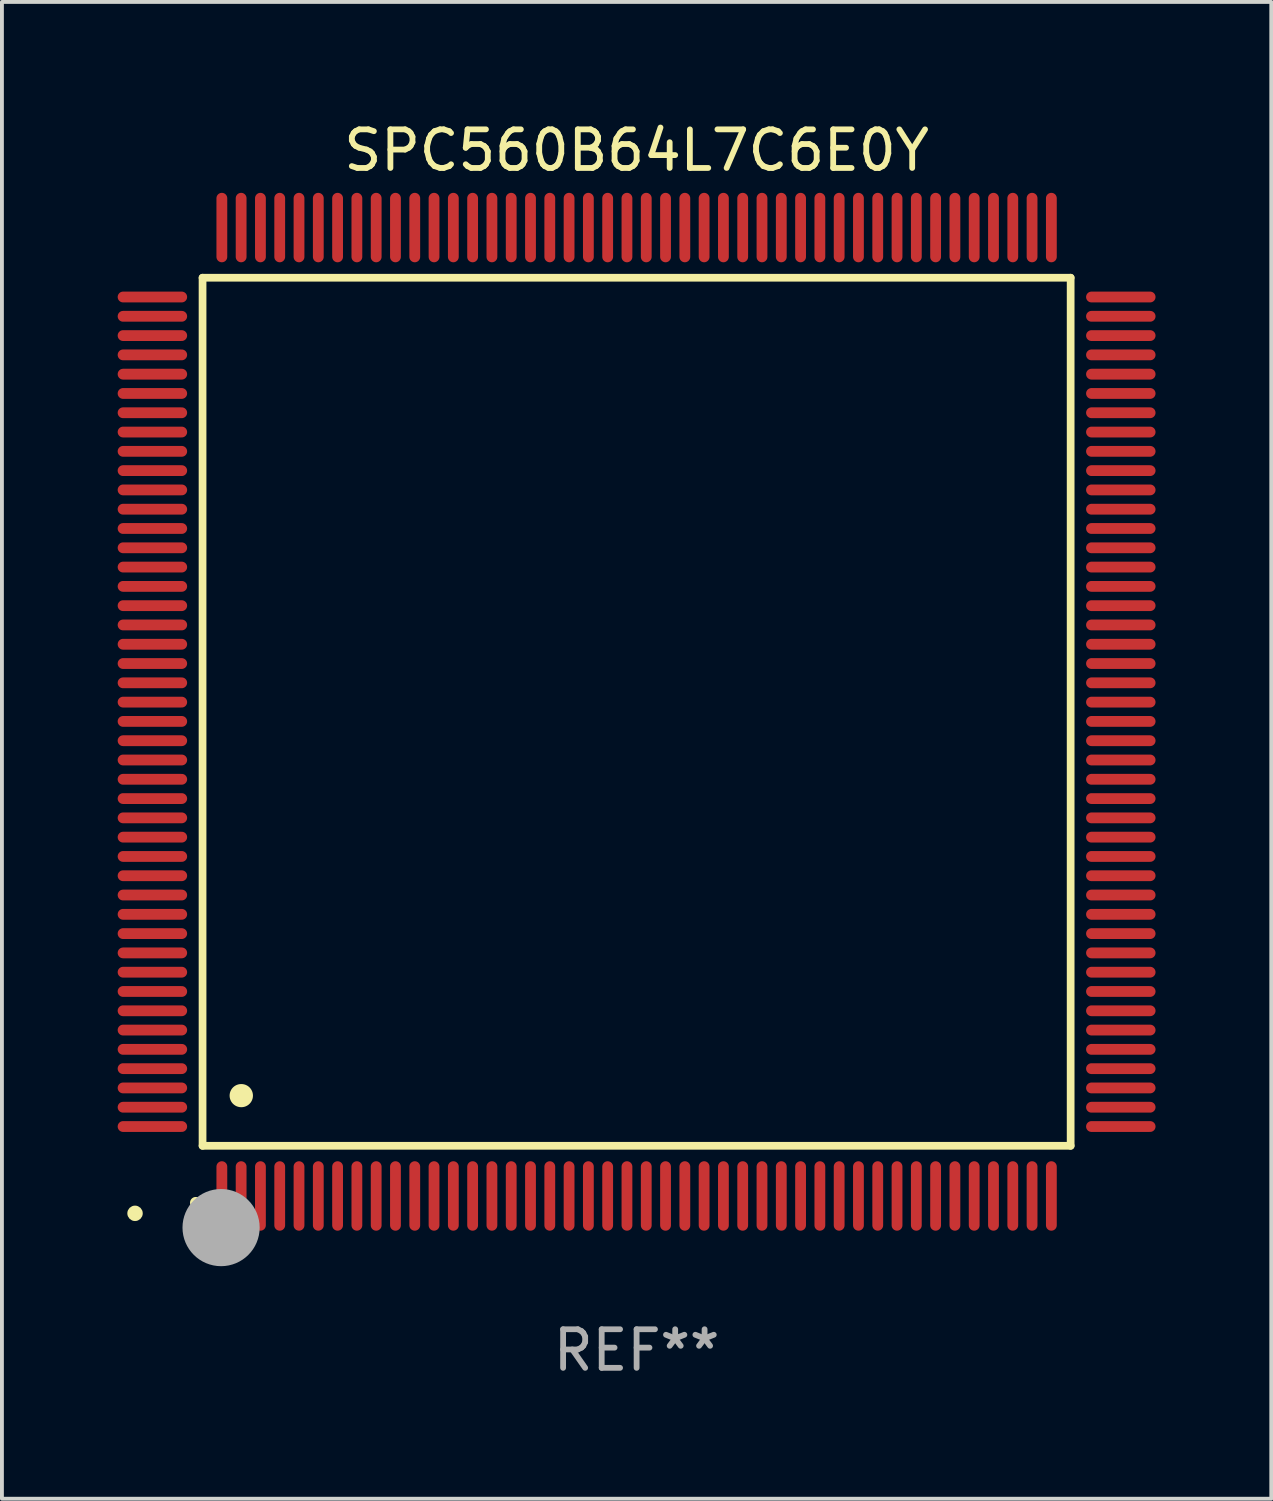
<source format=kicad_pcb>
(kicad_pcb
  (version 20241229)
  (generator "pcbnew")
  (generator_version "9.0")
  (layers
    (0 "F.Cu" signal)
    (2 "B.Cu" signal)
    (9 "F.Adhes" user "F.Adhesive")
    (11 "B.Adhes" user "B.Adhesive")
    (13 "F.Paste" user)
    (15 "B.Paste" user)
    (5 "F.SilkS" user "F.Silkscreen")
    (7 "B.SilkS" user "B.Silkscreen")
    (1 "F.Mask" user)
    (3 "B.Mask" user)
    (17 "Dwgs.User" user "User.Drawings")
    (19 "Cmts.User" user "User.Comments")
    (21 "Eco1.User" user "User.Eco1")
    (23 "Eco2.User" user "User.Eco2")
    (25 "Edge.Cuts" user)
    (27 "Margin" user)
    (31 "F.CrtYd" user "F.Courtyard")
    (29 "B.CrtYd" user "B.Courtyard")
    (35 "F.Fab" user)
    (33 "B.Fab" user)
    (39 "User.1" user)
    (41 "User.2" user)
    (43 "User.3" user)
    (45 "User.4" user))
  (footprint "SPC560B64L7C6E0Y"
    (layer "F.Cu")
    (at 13.45 15.398)
    (property "Reference" "SPC560B64L7C6E0Y" (at 0 -14.55 0) (layer "F.SilkS") (effects (font (size 1 1) (thickness 0.15))))
    (attr through_hole)
    (fp_line (start -11.25 -11.25) (end 11.25 -11.25) (stroke (width 0.2) (type solid)) (layer "F.SilkS"))
    (fp_line (start -11.25 11.25) (end -11.25 -11.25) (stroke (width 0.2) (type solid)) (layer "F.SilkS"))
    (fp_line (start 11.25 -11.25) (end 11.25 11.25) (stroke (width 0.2) (type solid)) (layer "F.SilkS"))
    (fp_line (start 11.25 11.25) (end -11.25 11.25) (stroke (width 0.2) (type solid)) (layer "F.SilkS"))
    (fp_arc (start -11.424943 12.725425) (mid -11.423673 12.72542) (end -11.422403 12.725425) (stroke (width 0.3) (type solid)) (layer "F.SilkS"))
    (fp_arc (start -10.24892 9.9492) (mid -10.24638 9.949189) (end -10.24384 9.9492) (stroke (width 0.6) (type solid)) (layer "F.SilkS"))
    (fp_circle (center -13 13) (end -12.9 13) (stroke (width 0.2) (type solid)) (fill no) (layer "F.SilkS"))
    (fp_circle (center -10.77 13.37) (end -10.27 13.37) (stroke (width 1) (type solid)) (fill no) (layer "F.Fab"))
    (fp_text user "REF**" (at 0 16.55 0) (layer "F.Fab") (effects (font (size 1 1) (thickness 0.15))))
    (pad "1" smd oval (at -10.75 12.55) (size 0.28 1.8) (layers "F.Cu" "F.Mask" "F.Paste"))
    (pad "2" smd oval (at -10.25 12.55) (size 0.28 1.8) (layers "F.Cu" "F.Mask" "F.Paste"))
    (pad "3" smd oval (at -9.75 12.55) (size 0.28 1.8) (layers "F.Cu" "F.Mask" "F.Paste"))
    (pad "4" smd oval (at -9.25 12.55) (size 0.28 1.8) (layers "F.Cu" "F.Mask" "F.Paste"))
    (pad "5" smd oval (at -8.75 12.55) (size 0.28 1.8) (layers "F.Cu" "F.Mask" "F.Paste"))
    (pad "6" smd oval (at -8.25 12.55) (size 0.28 1.8) (layers "F.Cu" "F.Mask" "F.Paste"))
    (pad "7" smd oval (at -7.75 12.55) (size 0.28 1.8) (layers "F.Cu" "F.Mask" "F.Paste"))
    (pad "8" smd oval (at -7.25 12.55) (size 0.28 1.8) (layers "F.Cu" "F.Mask" "F.Paste"))
    (pad "9" smd oval (at -6.75 12.55) (size 0.28 1.8) (layers "F.Cu" "F.Mask" "F.Paste"))
    (pad "10" smd oval (at -6.25 12.55) (size 0.28 1.8) (layers "F.Cu" "F.Mask" "F.Paste"))
    (pad "11" smd oval (at -5.75 12.55) (size 0.28 1.8) (layers "F.Cu" "F.Mask" "F.Paste"))
    (pad "12" smd oval (at -5.25 12.55) (size 0.28 1.8) (layers "F.Cu" "F.Mask" "F.Paste"))
    (pad "13" smd oval (at -4.75 12.55) (size 0.28 1.8) (layers "F.Cu" "F.Mask" "F.Paste"))
    (pad "14" smd oval (at -4.25 12.55) (size 0.28 1.8) (layers "F.Cu" "F.Mask" "F.Paste"))
    (pad "15" smd oval (at -3.75 12.55) (size 0.28 1.8) (layers "F.Cu" "F.Mask" "F.Paste"))
    (pad "16" smd oval (at -3.25 12.55) (size 0.28 1.8) (layers "F.Cu" "F.Mask" "F.Paste"))
    (pad "17" smd oval (at -2.75 12.55) (size 0.28 1.8) (layers "F.Cu" "F.Mask" "F.Paste"))
    (pad "18" smd oval (at -2.25 12.55) (size 0.28 1.8) (layers "F.Cu" "F.Mask" "F.Paste"))
    (pad "19" smd oval (at -1.75 12.55) (size 0.28 1.8) (layers "F.Cu" "F.Mask" "F.Paste"))
    (pad "20" smd oval (at -1.25 12.55) (size 0.28 1.8) (layers "F.Cu" "F.Mask" "F.Paste"))
    (pad "21" smd oval (at -0.75 12.55) (size 0.28 1.8) (layers "F.Cu" "F.Mask" "F.Paste"))
    (pad "22" smd oval (at -0.25 12.55) (size 0.28 1.8) (layers "F.Cu" "F.Mask" "F.Paste"))
    (pad "23" smd oval (at 0.25 12.55) (size 0.28 1.8) (layers "F.Cu" "F.Mask" "F.Paste"))
    (pad "24" smd oval (at 0.75 12.55) (size 0.28 1.8) (layers "F.Cu" "F.Mask" "F.Paste"))
    (pad "25" smd oval (at 1.25 12.55) (size 0.28 1.8) (layers "F.Cu" "F.Mask" "F.Paste"))
    (pad "26" smd oval (at 1.75 12.55) (size 0.28 1.8) (layers "F.Cu" "F.Mask" "F.Paste"))
    (pad "27" smd oval (at 2.25 12.55) (size 0.28 1.8) (layers "F.Cu" "F.Mask" "F.Paste"))
    (pad "28" smd oval (at 2.75 12.55) (size 0.28 1.8) (layers "F.Cu" "F.Mask" "F.Paste"))
    (pad "29" smd oval (at 3.25 12.55) (size 0.28 1.8) (layers "F.Cu" "F.Mask" "F.Paste"))
    (pad "30" smd oval (at 3.75 12.55) (size 0.28 1.8) (layers "F.Cu" "F.Mask" "F.Paste"))
    (pad "31" smd oval (at 4.25 12.55) (size 0.28 1.8) (layers "F.Cu" "F.Mask" "F.Paste"))
    (pad "32" smd oval (at 4.75 12.55) (size 0.28 1.8) (layers "F.Cu" "F.Mask" "F.Paste"))
    (pad "33" smd oval (at 5.25 12.55) (size 0.28 1.8) (layers "F.Cu" "F.Mask" "F.Paste"))
    (pad "34" smd oval (at 5.75 12.55) (size 0.28 1.8) (layers "F.Cu" "F.Mask" "F.Paste"))
    (pad "35" smd oval (at 6.25 12.55) (size 0.28 1.8) (layers "F.Cu" "F.Mask" "F.Paste"))
    (pad "36" smd oval (at 6.75 12.55) (size 0.28 1.8) (layers "F.Cu" "F.Mask" "F.Paste"))
    (pad "37" smd oval (at 7.25 12.55) (size 0.28 1.8) (layers "F.Cu" "F.Mask" "F.Paste"))
    (pad "38" smd oval (at 7.75 12.55) (size 0.28 1.8) (layers "F.Cu" "F.Mask" "F.Paste"))
    (pad "39" smd oval (at 8.25 12.55) (size 0.28 1.8) (layers "F.Cu" "F.Mask" "F.Paste"))
    (pad "40" smd oval (at 8.75 12.55) (size 0.28 1.8) (layers "F.Cu" "F.Mask" "F.Paste"))
    (pad "41" smd oval (at 9.25 12.55) (size 0.28 1.8) (layers "F.Cu" "F.Mask" "F.Paste"))
    (pad "42" smd oval (at 9.75 12.55) (size 0.28 1.8) (layers "F.Cu" "F.Mask" "F.Paste"))
    (pad "43" smd oval (at 10.25 12.55) (size 0.28 1.8) (layers "F.Cu" "F.Mask" "F.Paste"))
    (pad "44" smd oval (at 10.75 12.55) (size 0.28 1.8) (layers "F.Cu" "F.Mask" "F.Paste"))
    (pad "45" smd oval (at 12.55 10.75) (size 1.8 0.28) (layers "F.Cu" "F.Mask" "F.Paste"))
    (pad "46" smd oval (at 12.55 10.25) (size 1.8 0.28) (layers "F.Cu" "F.Mask" "F.Paste"))
    (pad "47" smd oval (at 12.55 9.75) (size 1.8 0.28) (layers "F.Cu" "F.Mask" "F.Paste"))
    (pad "48" smd oval (at 12.55 9.25) (size 1.8 0.28) (layers "F.Cu" "F.Mask" "F.Paste"))
    (pad "49" smd oval (at 12.55 8.75) (size 1.8 0.28) (layers "F.Cu" "F.Mask" "F.Paste"))
    (pad "50" smd oval (at 12.55 8.25) (size 1.8 0.28) (layers "F.Cu" "F.Mask" "F.Paste"))
    (pad "51" smd oval (at 12.55 7.75) (size 1.8 0.28) (layers "F.Cu" "F.Mask" "F.Paste"))
    (pad "52" smd oval (at 12.55 7.25) (size 1.8 0.28) (layers "F.Cu" "F.Mask" "F.Paste"))
    (pad "53" smd oval (at 12.55 6.75) (size 1.8 0.28) (layers "F.Cu" "F.Mask" "F.Paste"))
    (pad "54" smd oval (at 12.55 6.25) (size 1.8 0.28) (layers "F.Cu" "F.Mask" "F.Paste"))
    (pad "55" smd oval (at 12.55 5.75) (size 1.8 0.28) (layers "F.Cu" "F.Mask" "F.Paste"))
    (pad "56" smd oval (at 12.55 5.25) (size 1.8 0.28) (layers "F.Cu" "F.Mask" "F.Paste"))
    (pad "57" smd oval (at 12.55 4.75) (size 1.8 0.28) (layers "F.Cu" "F.Mask" "F.Paste"))
    (pad "58" smd oval (at 12.55 4.25) (size 1.8 0.28) (layers "F.Cu" "F.Mask" "F.Paste"))
    (pad "59" smd oval (at 12.55 3.75) (size 1.8 0.28) (layers "F.Cu" "F.Mask" "F.Paste"))
    (pad "60" smd oval (at 12.55 3.25) (size 1.8 0.28) (layers "F.Cu" "F.Mask" "F.Paste"))
    (pad "61" smd oval (at 12.55 2.75) (size 1.8 0.28) (layers "F.Cu" "F.Mask" "F.Paste"))
    (pad "62" smd oval (at 12.55 2.25) (size 1.8 0.28) (layers "F.Cu" "F.Mask" "F.Paste"))
    (pad "63" smd oval (at 12.55 1.75) (size 1.8 0.28) (layers "F.Cu" "F.Mask" "F.Paste"))
    (pad "64" smd oval (at 12.55 1.25) (size 1.8 0.28) (layers "F.Cu" "F.Mask" "F.Paste"))
    (pad "65" smd oval (at 12.55 0.75) (size 1.8 0.28) (layers "F.Cu" "F.Mask" "F.Paste"))
    (pad "66" smd oval (at 12.55 0.25) (size 1.8 0.28) (layers "F.Cu" "F.Mask" "F.Paste"))
    (pad "67" smd oval (at 12.55 -0.25) (size 1.8 0.28) (layers "F.Cu" "F.Mask" "F.Paste"))
    (pad "68" smd oval (at 12.55 -0.75) (size 1.8 0.28) (layers "F.Cu" "F.Mask" "F.Paste"))
    (pad "69" smd oval (at 12.55 -1.25) (size 1.8 0.28) (layers "F.Cu" "F.Mask" "F.Paste"))
    (pad "70" smd oval (at 12.55 -1.75) (size 1.8 0.28) (layers "F.Cu" "F.Mask" "F.Paste"))
    (pad "71" smd oval (at 12.55 -2.25) (size 1.8 0.28) (layers "F.Cu" "F.Mask" "F.Paste"))
    (pad "72" smd oval (at 12.55 -2.75) (size 1.8 0.28) (layers "F.Cu" "F.Mask" "F.Paste"))
    (pad "73" smd oval (at 12.55 -3.25) (size 1.8 0.28) (layers "F.Cu" "F.Mask" "F.Paste"))
    (pad "74" smd oval (at 12.55 -3.75) (size 1.8 0.28) (layers "F.Cu" "F.Mask" "F.Paste"))
    (pad "75" smd oval (at 12.55 -4.25) (size 1.8 0.28) (layers "F.Cu" "F.Mask" "F.Paste"))
    (pad "76" smd oval (at 12.55 -4.75) (size 1.8 0.28) (layers "F.Cu" "F.Mask" "F.Paste"))
    (pad "77" smd oval (at 12.55 -5.25) (size 1.8 0.28) (layers "F.Cu" "F.Mask" "F.Paste"))
    (pad "78" smd oval (at 12.55 -5.75) (size 1.8 0.28) (layers "F.Cu" "F.Mask" "F.Paste"))
    (pad "79" smd oval (at 12.55 -6.25) (size 1.8 0.28) (layers "F.Cu" "F.Mask" "F.Paste"))
    (pad "80" smd oval (at 12.55 -6.75) (size 1.8 0.28) (layers "F.Cu" "F.Mask" "F.Paste"))
    (pad "81" smd oval (at 12.55 -7.25) (size 1.8 0.28) (layers "F.Cu" "F.Mask" "F.Paste"))
    (pad "82" smd oval (at 12.55 -7.75) (size 1.8 0.28) (layers "F.Cu" "F.Mask" "F.Paste"))
    (pad "83" smd oval (at 12.55 -8.25) (size 1.8 0.28) (layers "F.Cu" "F.Mask" "F.Paste"))
    (pad "84" smd oval (at 12.55 -8.75) (size 1.8 0.28) (layers "F.Cu" "F.Mask" "F.Paste"))
    (pad "85" smd oval (at 12.55 -9.25) (size 1.8 0.28) (layers "F.Cu" "F.Mask" "F.Paste"))
    (pad "86" smd oval (at 12.55 -9.75) (size 1.8 0.28) (layers "F.Cu" "F.Mask" "F.Paste"))
    (pad "87" smd oval (at 12.55 -10.25) (size 1.8 0.28) (layers "F.Cu" "F.Mask" "F.Paste"))
    (pad "88" smd oval (at 12.55 -10.75) (size 1.8 0.28) (layers "F.Cu" "F.Mask" "F.Paste"))
    (pad "89" smd oval (at 10.75 -12.55) (size 0.28 1.8) (layers "F.Cu" "F.Mask" "F.Paste"))
    (pad "90" smd oval (at 10.25 -12.55) (size 0.28 1.8) (layers "F.Cu" "F.Mask" "F.Paste"))
    (pad "91" smd oval (at 9.75 -12.55) (size 0.28 1.8) (layers "F.Cu" "F.Mask" "F.Paste"))
    (pad "92" smd oval (at 9.25 -12.55) (size 0.28 1.8) (layers "F.Cu" "F.Mask" "F.Paste"))
    (pad "93" smd oval (at 8.75 -12.55) (size 0.28 1.8) (layers "F.Cu" "F.Mask" "F.Paste"))
    (pad "94" smd oval (at 8.25 -12.55) (size 0.28 1.8) (layers "F.Cu" "F.Mask" "F.Paste"))
    (pad "95" smd oval (at 7.75 -12.55) (size 0.28 1.8) (layers "F.Cu" "F.Mask" "F.Paste"))
    (pad "96" smd oval (at 7.25 -12.55) (size 0.28 1.8) (layers "F.Cu" "F.Mask" "F.Paste"))
    (pad "97" smd oval (at 6.75 -12.55) (size 0.28 1.8) (layers "F.Cu" "F.Mask" "F.Paste"))
    (pad "98" smd oval (at 6.25 -12.55) (size 0.28 1.8) (layers "F.Cu" "F.Mask" "F.Paste"))
    (pad "99" smd oval (at 5.75 -12.55) (size 0.28 1.8) (layers "F.Cu" "F.Mask" "F.Paste"))
    (pad "100" smd oval (at 5.25 -12.55) (size 0.28 1.8) (layers "F.Cu" "F.Mask" "F.Paste"))
    (pad "101" smd oval (at 4.75 -12.55) (size 0.28 1.8) (layers "F.Cu" "F.Mask" "F.Paste"))
    (pad "102" smd oval (at 4.25 -12.55) (size 0.28 1.8) (layers "F.Cu" "F.Mask" "F.Paste"))
    (pad "103" smd oval (at 3.75 -12.55) (size 0.28 1.8) (layers "F.Cu" "F.Mask" "F.Paste"))
    (pad "104" smd oval (at 3.25 -12.55) (size 0.28 1.8) (layers "F.Cu" "F.Mask" "F.Paste"))
    (pad "105" smd oval (at 2.75 -12.55) (size 0.28 1.8) (layers "F.Cu" "F.Mask" "F.Paste"))
    (pad "106" smd oval (at 2.25 -12.55) (size 0.28 1.8) (layers "F.Cu" "F.Mask" "F.Paste"))
    (pad "107" smd oval (at 1.75 -12.55) (size 0.28 1.8) (layers "F.Cu" "F.Mask" "F.Paste"))
    (pad "108" smd oval (at 1.25 -12.55) (size 0.28 1.8) (layers "F.Cu" "F.Mask" "F.Paste"))
    (pad "109" smd oval (at 0.75 -12.55) (size 0.28 1.8) (layers "F.Cu" "F.Mask" "F.Paste"))
    (pad "110" smd oval (at 0.25 -12.55) (size 0.28 1.8) (layers "F.Cu" "F.Mask" "F.Paste"))
    (pad "111" smd oval (at -0.25 -12.55) (size 0.28 1.8) (layers "F.Cu" "F.Mask" "F.Paste"))
    (pad "112" smd oval (at -0.75 -12.55) (size 0.28 1.8) (layers "F.Cu" "F.Mask" "F.Paste"))
    (pad "113" smd oval (at -1.25 -12.55) (size 0.28 1.8) (layers "F.Cu" "F.Mask" "F.Paste"))
    (pad "114" smd oval (at -1.75 -12.55) (size 0.28 1.8) (layers "F.Cu" "F.Mask" "F.Paste"))
    (pad "115" smd oval (at -2.25 -12.55) (size 0.28 1.8) (layers "F.Cu" "F.Mask" "F.Paste"))
    (pad "116" smd oval (at -2.75 -12.55) (size 0.28 1.8) (layers "F.Cu" "F.Mask" "F.Paste"))
    (pad "117" smd oval (at -3.25 -12.55) (size 0.28 1.8) (layers "F.Cu" "F.Mask" "F.Paste"))
    (pad "118" smd oval (at -3.75 -12.55) (size 0.28 1.8) (layers "F.Cu" "F.Mask" "F.Paste"))
    (pad "119" smd oval (at -4.25 -12.55) (size 0.28 1.8) (layers "F.Cu" "F.Mask" "F.Paste"))
    (pad "120" smd oval (at -4.75 -12.55) (size 0.28 1.8) (layers "F.Cu" "F.Mask" "F.Paste"))
    (pad "121" smd oval (at -5.25 -12.55) (size 0.28 1.8) (layers "F.Cu" "F.Mask" "F.Paste"))
    (pad "122" smd oval (at -5.75 -12.55) (size 0.28 1.8) (layers "F.Cu" "F.Mask" "F.Paste"))
    (pad "123" smd oval (at -6.25 -12.55) (size 0.28 1.8) (layers "F.Cu" "F.Mask" "F.Paste"))
    (pad "124" smd oval (at -6.75 -12.55) (size 0.28 1.8) (layers "F.Cu" "F.Mask" "F.Paste"))
    (pad "125" smd oval (at -7.25 -12.55) (size 0.28 1.8) (layers "F.Cu" "F.Mask" "F.Paste"))
    (pad "126" smd oval (at -7.75 -12.55) (size 0.28 1.8) (layers "F.Cu" "F.Mask" "F.Paste"))
    (pad "127" smd oval (at -8.25 -12.55) (size 0.28 1.8) (layers "F.Cu" "F.Mask" "F.Paste"))
    (pad "128" smd oval (at -8.75 -12.55) (size 0.28 1.8) (layers "F.Cu" "F.Mask" "F.Paste"))
    (pad "129" smd oval (at -9.25 -12.55) (size 0.28 1.8) (layers "F.Cu" "F.Mask" "F.Paste"))
    (pad "130" smd oval (at -9.75 -12.55) (size 0.28 1.8) (layers "F.Cu" "F.Mask" "F.Paste"))
    (pad "131" smd oval (at -10.25 -12.55) (size 0.28 1.8) (layers "F.Cu" "F.Mask" "F.Paste"))
    (pad "132" smd oval (at -10.75 -12.55) (size 0.28 1.8) (layers "F.Cu" "F.Mask" "F.Paste"))
    (pad "133" smd oval (at -12.55 -10.75) (size 1.8 0.28) (layers "F.Cu" "F.Mask" "F.Paste"))
    (pad "134" smd oval (at -12.55 -10.25) (size 1.8 0.28) (layers "F.Cu" "F.Mask" "F.Paste"))
    (pad "135" smd oval (at -12.55 -9.75) (size 1.8 0.28) (layers "F.Cu" "F.Mask" "F.Paste"))
    (pad "136" smd oval (at -12.55 -9.25) (size 1.8 0.28) (layers "F.Cu" "F.Mask" "F.Paste"))
    (pad "137" smd oval (at -12.55 -8.75) (size 1.8 0.28) (layers "F.Cu" "F.Mask" "F.Paste"))
    (pad "138" smd oval (at -12.55 -8.25) (size 1.8 0.28) (layers "F.Cu" "F.Mask" "F.Paste"))
    (pad "139" smd oval (at -12.55 -7.75) (size 1.8 0.28) (layers "F.Cu" "F.Mask" "F.Paste"))
    (pad "140" smd oval (at -12.55 -7.25) (size 1.8 0.28) (layers "F.Cu" "F.Mask" "F.Paste"))
    (pad "141" smd oval (at -12.55 -6.75) (size 1.8 0.28) (layers "F.Cu" "F.Mask" "F.Paste"))
    (pad "142" smd oval (at -12.55 -6.25) (size 1.8 0.28) (layers "F.Cu" "F.Mask" "F.Paste"))
    (pad "143" smd oval (at -12.55 -5.75) (size 1.8 0.28) (layers "F.Cu" "F.Mask" "F.Paste"))
    (pad "144" smd oval (at -12.55 -5.25) (size 1.8 0.28) (layers "F.Cu" "F.Mask" "F.Paste"))
    (pad "145" smd oval (at -12.55 -4.75) (size 1.8 0.28) (layers "F.Cu" "F.Mask" "F.Paste"))
    (pad "146" smd oval (at -12.55 -4.25) (size 1.8 0.28) (layers "F.Cu" "F.Mask" "F.Paste"))
    (pad "147" smd oval (at -12.55 -3.75) (size 1.8 0.28) (layers "F.Cu" "F.Mask" "F.Paste"))
    (pad "148" smd oval (at -12.55 -3.25) (size 1.8 0.28) (layers "F.Cu" "F.Mask" "F.Paste"))
    (pad "149" smd oval (at -12.55 -2.75) (size 1.8 0.28) (layers "F.Cu" "F.Mask" "F.Paste"))
    (pad "150" smd oval (at -12.55 -2.25) (size 1.8 0.28) (layers "F.Cu" "F.Mask" "F.Paste"))
    (pad "151" smd oval (at -12.55 -1.75) (size 1.8 0.28) (layers "F.Cu" "F.Mask" "F.Paste"))
    (pad "152" smd oval (at -12.55 -1.25) (size 1.8 0.28) (layers "F.Cu" "F.Mask" "F.Paste"))
    (pad "153" smd oval (at -12.55 -0.75) (size 1.8 0.28) (layers "F.Cu" "F.Mask" "F.Paste"))
    (pad "154" smd oval (at -12.55 -0.25) (size 1.8 0.28) (layers "F.Cu" "F.Mask" "F.Paste"))
    (pad "155" smd oval (at -12.55 0.25) (size 1.8 0.28) (layers "F.Cu" "F.Mask" "F.Paste"))
    (pad "156" smd oval (at -12.55 0.75) (size 1.8 0.28) (layers "F.Cu" "F.Mask" "F.Paste"))
    (pad "157" smd oval (at -12.55 1.25) (size 1.8 0.28) (layers "F.Cu" "F.Mask" "F.Paste"))
    (pad "158" smd oval (at -12.55 1.75) (size 1.8 0.28) (layers "F.Cu" "F.Mask" "F.Paste"))
    (pad "159" smd oval (at -12.55 2.25) (size 1.8 0.28) (layers "F.Cu" "F.Mask" "F.Paste"))
    (pad "160" smd oval (at -12.55 2.75) (size 1.8 0.28) (layers "F.Cu" "F.Mask" "F.Paste"))
    (pad "161" smd oval (at -12.55 3.25) (size 1.8 0.28) (layers "F.Cu" "F.Mask" "F.Paste"))
    (pad "162" smd oval (at -12.55 3.75) (size 1.8 0.28) (layers "F.Cu" "F.Mask" "F.Paste"))
    (pad "163" smd oval (at -12.55 4.25) (size 1.8 0.28) (layers "F.Cu" "F.Mask" "F.Paste"))
    (pad "164" smd oval (at -12.55 4.75) (size 1.8 0.28) (layers "F.Cu" "F.Mask" "F.Paste"))
    (pad "165" smd oval (at -12.55 5.25) (size 1.8 0.28) (layers "F.Cu" "F.Mask" "F.Paste"))
    (pad "166" smd oval (at -12.55 5.75) (size 1.8 0.28) (layers "F.Cu" "F.Mask" "F.Paste"))
    (pad "167" smd oval (at -12.55 6.25) (size 1.8 0.28) (layers "F.Cu" "F.Mask" "F.Paste"))
    (pad "168" smd oval (at -12.55 6.75) (size 1.8 0.28) (layers "F.Cu" "F.Mask" "F.Paste"))
    (pad "169" smd oval (at -12.55 7.25) (size 1.8 0.28) (layers "F.Cu" "F.Mask" "F.Paste"))
    (pad "170" smd oval (at -12.55 7.75) (size 1.8 0.28) (layers "F.Cu" "F.Mask" "F.Paste"))
    (pad "171" smd oval (at -12.55 8.25) (size 1.8 0.28) (layers "F.Cu" "F.Mask" "F.Paste"))
    (pad "172" smd oval (at -12.55 8.75) (size 1.8 0.28) (layers "F.Cu" "F.Mask" "F.Paste"))
    (pad "173" smd oval (at -12.55 9.25) (size 1.8 0.28) (layers "F.Cu" "F.Mask" "F.Paste"))
    (pad "174" smd oval (at -12.55 9.75) (size 1.8 0.28) (layers "F.Cu" "F.Mask" "F.Paste"))
    (pad "175" smd oval (at -12.55 10.25) (size 1.8 0.28) (layers "F.Cu" "F.Mask" "F.Paste"))
    (pad "176" smd oval (at -12.55 10.75) (size 1.8 0.28) (layers "F.Cu" "F.Mask" "F.Paste")))
  (gr_rect
    (start -3 -3)
    (end 29.9 35.796)
    (stroke (width 0.1) (type default))
    (fill no)
    (layer "Edge.Cuts")))
</source>
